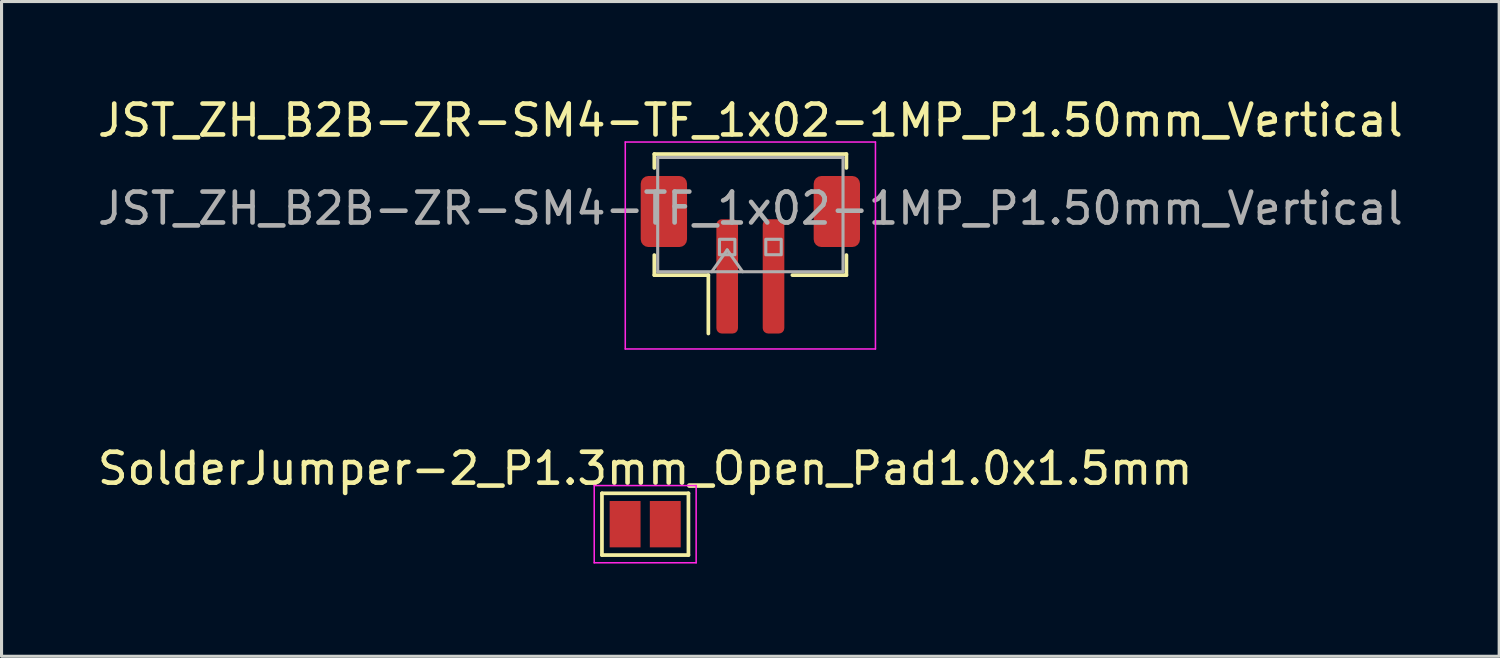
<source format=kicad_pcb>
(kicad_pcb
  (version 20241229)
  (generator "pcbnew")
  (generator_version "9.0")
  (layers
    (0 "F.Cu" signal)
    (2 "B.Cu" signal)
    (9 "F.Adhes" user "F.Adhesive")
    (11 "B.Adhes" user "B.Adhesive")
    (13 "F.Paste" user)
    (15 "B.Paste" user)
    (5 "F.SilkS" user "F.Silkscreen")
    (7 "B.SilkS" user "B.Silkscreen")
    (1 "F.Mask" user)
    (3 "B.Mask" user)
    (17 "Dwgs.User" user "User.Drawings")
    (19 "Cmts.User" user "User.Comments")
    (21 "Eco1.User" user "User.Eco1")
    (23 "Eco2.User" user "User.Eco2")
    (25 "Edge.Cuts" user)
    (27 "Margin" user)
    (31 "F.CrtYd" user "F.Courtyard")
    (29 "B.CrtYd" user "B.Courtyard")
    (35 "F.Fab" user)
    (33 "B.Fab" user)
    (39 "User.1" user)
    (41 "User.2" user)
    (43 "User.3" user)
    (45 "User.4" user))
  (footprint "JST_ZH_B2B-ZR-SM4-TF_1x02-1MP_P1.50mm_Vertical"
    (layer "F.Cu")
    (at 21.244 5.198)
    (property "Reference" "JST_ZH_B2B-ZR-SM4-TF_1x02-1MP_P1.50mm_Vertical" (at 0 -4.35 0) (layer "F.SilkS") (effects (font (size 1 1) (thickness 0.15))))
    (attr smd)
    (fp_line (start -3.11 -3.26) (end 3.11 -3.26) (stroke (width 0.12) (type solid)) (layer "F.SilkS"))
    (fp_line (start -3.11 -2.81) (end -3.11 -3.26) (stroke (width 0.12) (type solid)) (layer "F.SilkS"))
    (fp_line (start -3.11 0.01) (end -3.11 0.66) (stroke (width 0.12) (type solid)) (layer "F.SilkS"))
    (fp_line (start -3.11 0.66) (end -1.36 0.66) (stroke (width 0.12) (type solid)) (layer "F.SilkS"))
    (fp_line (start -1.36 0.66) (end -1.36 2.55) (stroke (width 0.12) (type solid)) (layer "F.SilkS"))
    (fp_line (start 3.11 -3.26) (end 3.11 -2.81) (stroke (width 0.12) (type solid)) (layer "F.SilkS"))
    (fp_line (start 3.11 0.01) (end 3.11 0.66) (stroke (width 0.12) (type solid)) (layer "F.SilkS"))
    (fp_line (start 3.11 0.66) (end 1.36 0.66) (stroke (width 0.12) (type solid)) (layer "F.SilkS"))
    (fp_line (start -4.05 -3.65) (end -4.05 3.05) (stroke (width 0.05) (type solid)) (layer "F.CrtYd"))
    (fp_line (start -4.05 3.05) (end 4.05 3.05) (stroke (width 0.05) (type solid)) (layer "F.CrtYd"))
    (fp_line (start 4.05 -3.65) (end -4.05 -3.65) (stroke (width 0.05) (type solid)) (layer "F.CrtYd"))
    (fp_line (start 4.05 3.05) (end 4.05 -3.65) (stroke (width 0.05) (type solid)) (layer "F.CrtYd"))
    (fp_line (start -3 -3.15) (end 3 -3.15) (stroke (width 0.1) (type solid)) (layer "F.Fab"))
    (fp_line (start -3 0.55) (end -3 -3.15) (stroke (width 0.1) (type solid)) (layer "F.Fab"))
    (fp_line (start -3 0.55) (end 3 0.55) (stroke (width 0.1) (type solid)) (layer "F.Fab"))
    (fp_line (start -1.25 0.55) (end -0.75 -0.157) (stroke (width 0.1) (type solid)) (layer "F.Fab"))
    (fp_line (start -0.75 -0.157) (end -0.25 0.55) (stroke (width 0.1) (type solid)) (layer "F.Fab"))
    (fp_line (start 3 0.55) (end 3 -3.15) (stroke (width 0.1) (type solid)) (layer "F.Fab"))
    (fp_rect (start -1 -0.5) (end -0.5 0) (stroke (width 0.1) (type solid)) (fill no) (layer "F.Fab"))
    (fp_rect (start 0.5 -0.5) (end 1 0) (stroke (width 0.1) (type solid)) (fill no) (layer "F.Fab"))
    (fp_text user "${REFERENCE}" (at 0 -1.5 0) (layer "F.Fab") (effects (font (size 1 1) (thickness 0.15))))
    (pad "1" smd roundrect (at -0.75 0.7) (size 0.7 3.7) (layers "F.Cu" "F.Mask" "F.Paste") (roundrect_rratio 0.25))
    (pad "2" smd roundrect (at 0.75 0.7) (size 0.7 3.7) (layers "F.Cu" "F.Mask" "F.Paste") (roundrect_rratio 0.25))
    (pad "MP" smd roundrect (at -2.8 -1.4) (size 1.5 2.3) (layers "F.Cu" "F.Mask" "F.Paste") (roundrect_rratio 0.167))
    (pad "MP" smd roundrect (at 2.8 -1.4) (size 1.5 2.3) (layers "F.Cu" "F.Mask" "F.Paste") (roundrect_rratio 0.167)))
  (footprint "SolderJumper-2_P1.3mm_Open_Pad1.0x1.5mm"
    (layer "F.Cu")
    (at 17.839 13.921)
    (property "Reference" "SolderJumper-2_P1.3mm_Open_Pad1.0x1.5mm" (at 0 -1.8 180) (layer "F.SilkS") (effects (font (size 1 1) (thickness 0.15))))
    (attr exclude_from_pos_files allow_soldermask_bridges)
    (fp_rect (start -0.15 -0.75) (end 0.15 0.75) (stroke (width 0) (type default)) (fill yes) (layer "F.Mask"))
    (fp_line (start -1.4 -1) (end 1.4 -1) (stroke (width 0.12) (type solid)) (layer "F.SilkS"))
    (fp_line (start -1.4 1) (end -1.4 -1) (stroke (width 0.12) (type solid)) (layer "F.SilkS"))
    (fp_line (start 1.4 -1) (end 1.4 1) (stroke (width 0.12) (type solid)) (layer "F.SilkS"))
    (fp_line (start 1.4 1) (end -1.4 1) (stroke (width 0.12) (type solid)) (layer "F.SilkS"))
    (fp_line (start -1.65 -1.25) (end -1.65 1.25) (stroke (width 0.05) (type solid)) (layer "F.CrtYd"))
    (fp_line (start -1.65 -1.25) (end 1.65 -1.25) (stroke (width 0.05) (type solid)) (layer "F.CrtYd"))
    (fp_line (start 1.65 1.25) (end -1.65 1.25) (stroke (width 0.05) (type solid)) (layer "F.CrtYd"))
    (fp_line (start 1.65 1.25) (end 1.65 -1.25) (stroke (width 0.05) (type solid)) (layer "F.CrtYd"))
    (pad "1" smd rect (at -0.65 0) (size 1 1.5) (layers "F.Cu" "F.Mask"))
    (pad "2" smd rect (at 0.65 0) (size 1 1.5) (layers "F.Cu" "F.Mask")))
  (gr_rect
    (start -3 -3)
    (end 45.488 18.197)
    (stroke (width 0.1) (type default))
    (fill no)
    (layer "Edge.Cuts")))
</source>
